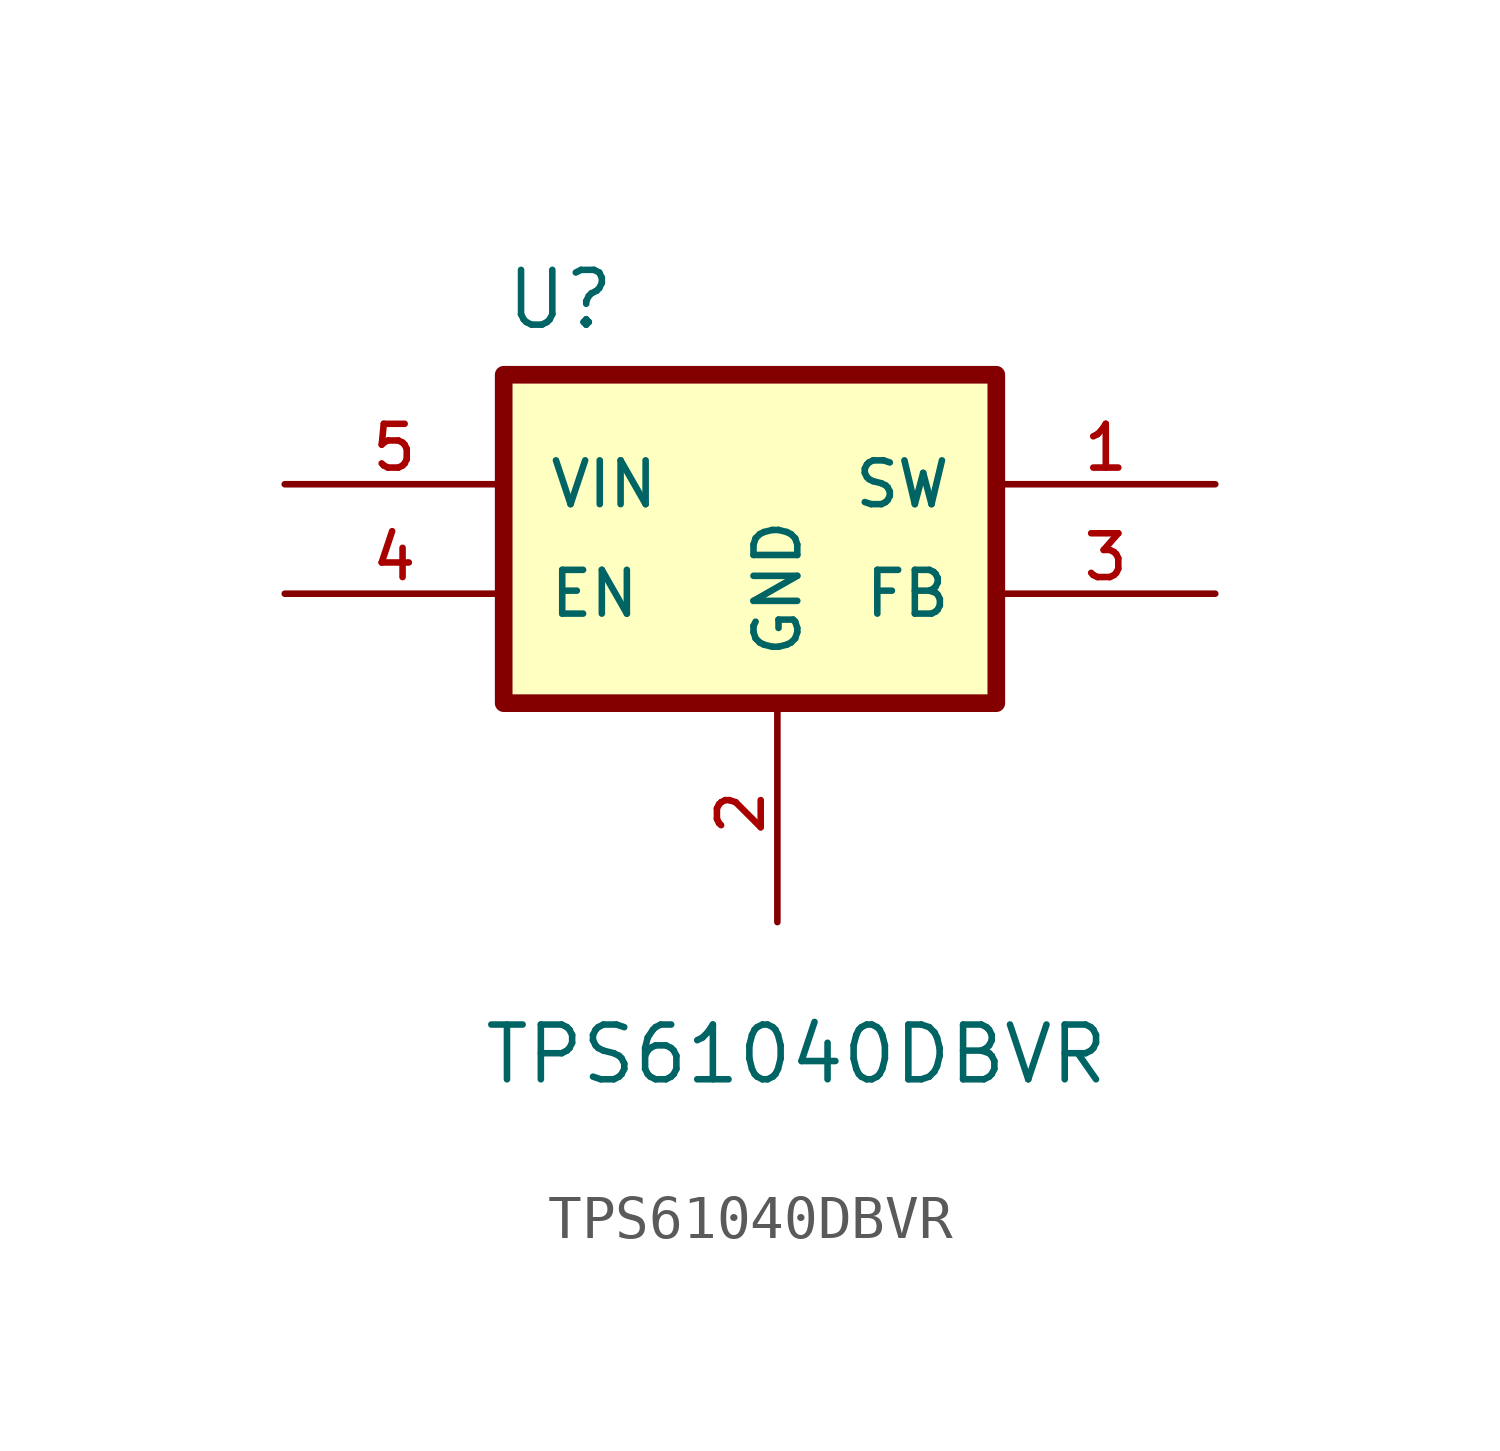
<source format=kicad_sym>
(kicad_symbol_lib
  (version 20241209)
  (generator "kicad_symbol_editor")
  (generator_version "9.0")
  (symbol "TPS61040DBVR"
    (pin_names
      (offset 1.016))
    (property "Reference" "U"
      (at 0 1 0)
      (effects (font (size 1.27 1.27)) (justify left bottom)))
    (property "Value" "TPS61040DBVR"
      (at -0.508 -16.51 0)
      (effects (font (size 1.27 1.27)) (justify left bottom)))
    (symbol "TPS61040DBVR_0_0"
      (rectangle (start 0 0) (end 11.43 -7.62) (stroke (width 0.41) (type default)) (fill (type background)))
      (pin input line (at -5.08 -2.54 0) (length 5.08) (name "VIN" (effects (font (size 1.016 1.016)))) (number "5" (effects (font (size 1.016 1.016)))))
      (pin input line (at -5.08 -5.08 0) (length 5.08) (name "EN" (effects (font (size 1.016 1.016)))) (number "4" (effects (font (size 1.016 1.016)))))
      (pin power_in line (at 6.35 -12.7 90) (length 5.08) (name "GND" (effects (font (size 1.016 1.016)))) (number "2" (effects (font (size 1.016 1.016)))))
      (pin bidirectional line (at 16.51 -2.54 180) (length 5.08) (name "SW" (effects (font (size 1.016 1.016)))) (number "1" (effects (font (size 1.016 1.016)))))
      (pin input line (at 16.51 -5.08 180) (length 5.08) (name "FB" (effects (font (size 1.016 1.016)))) (number "3" (effects (font (size 1.016 1.016))))))))
</source>
